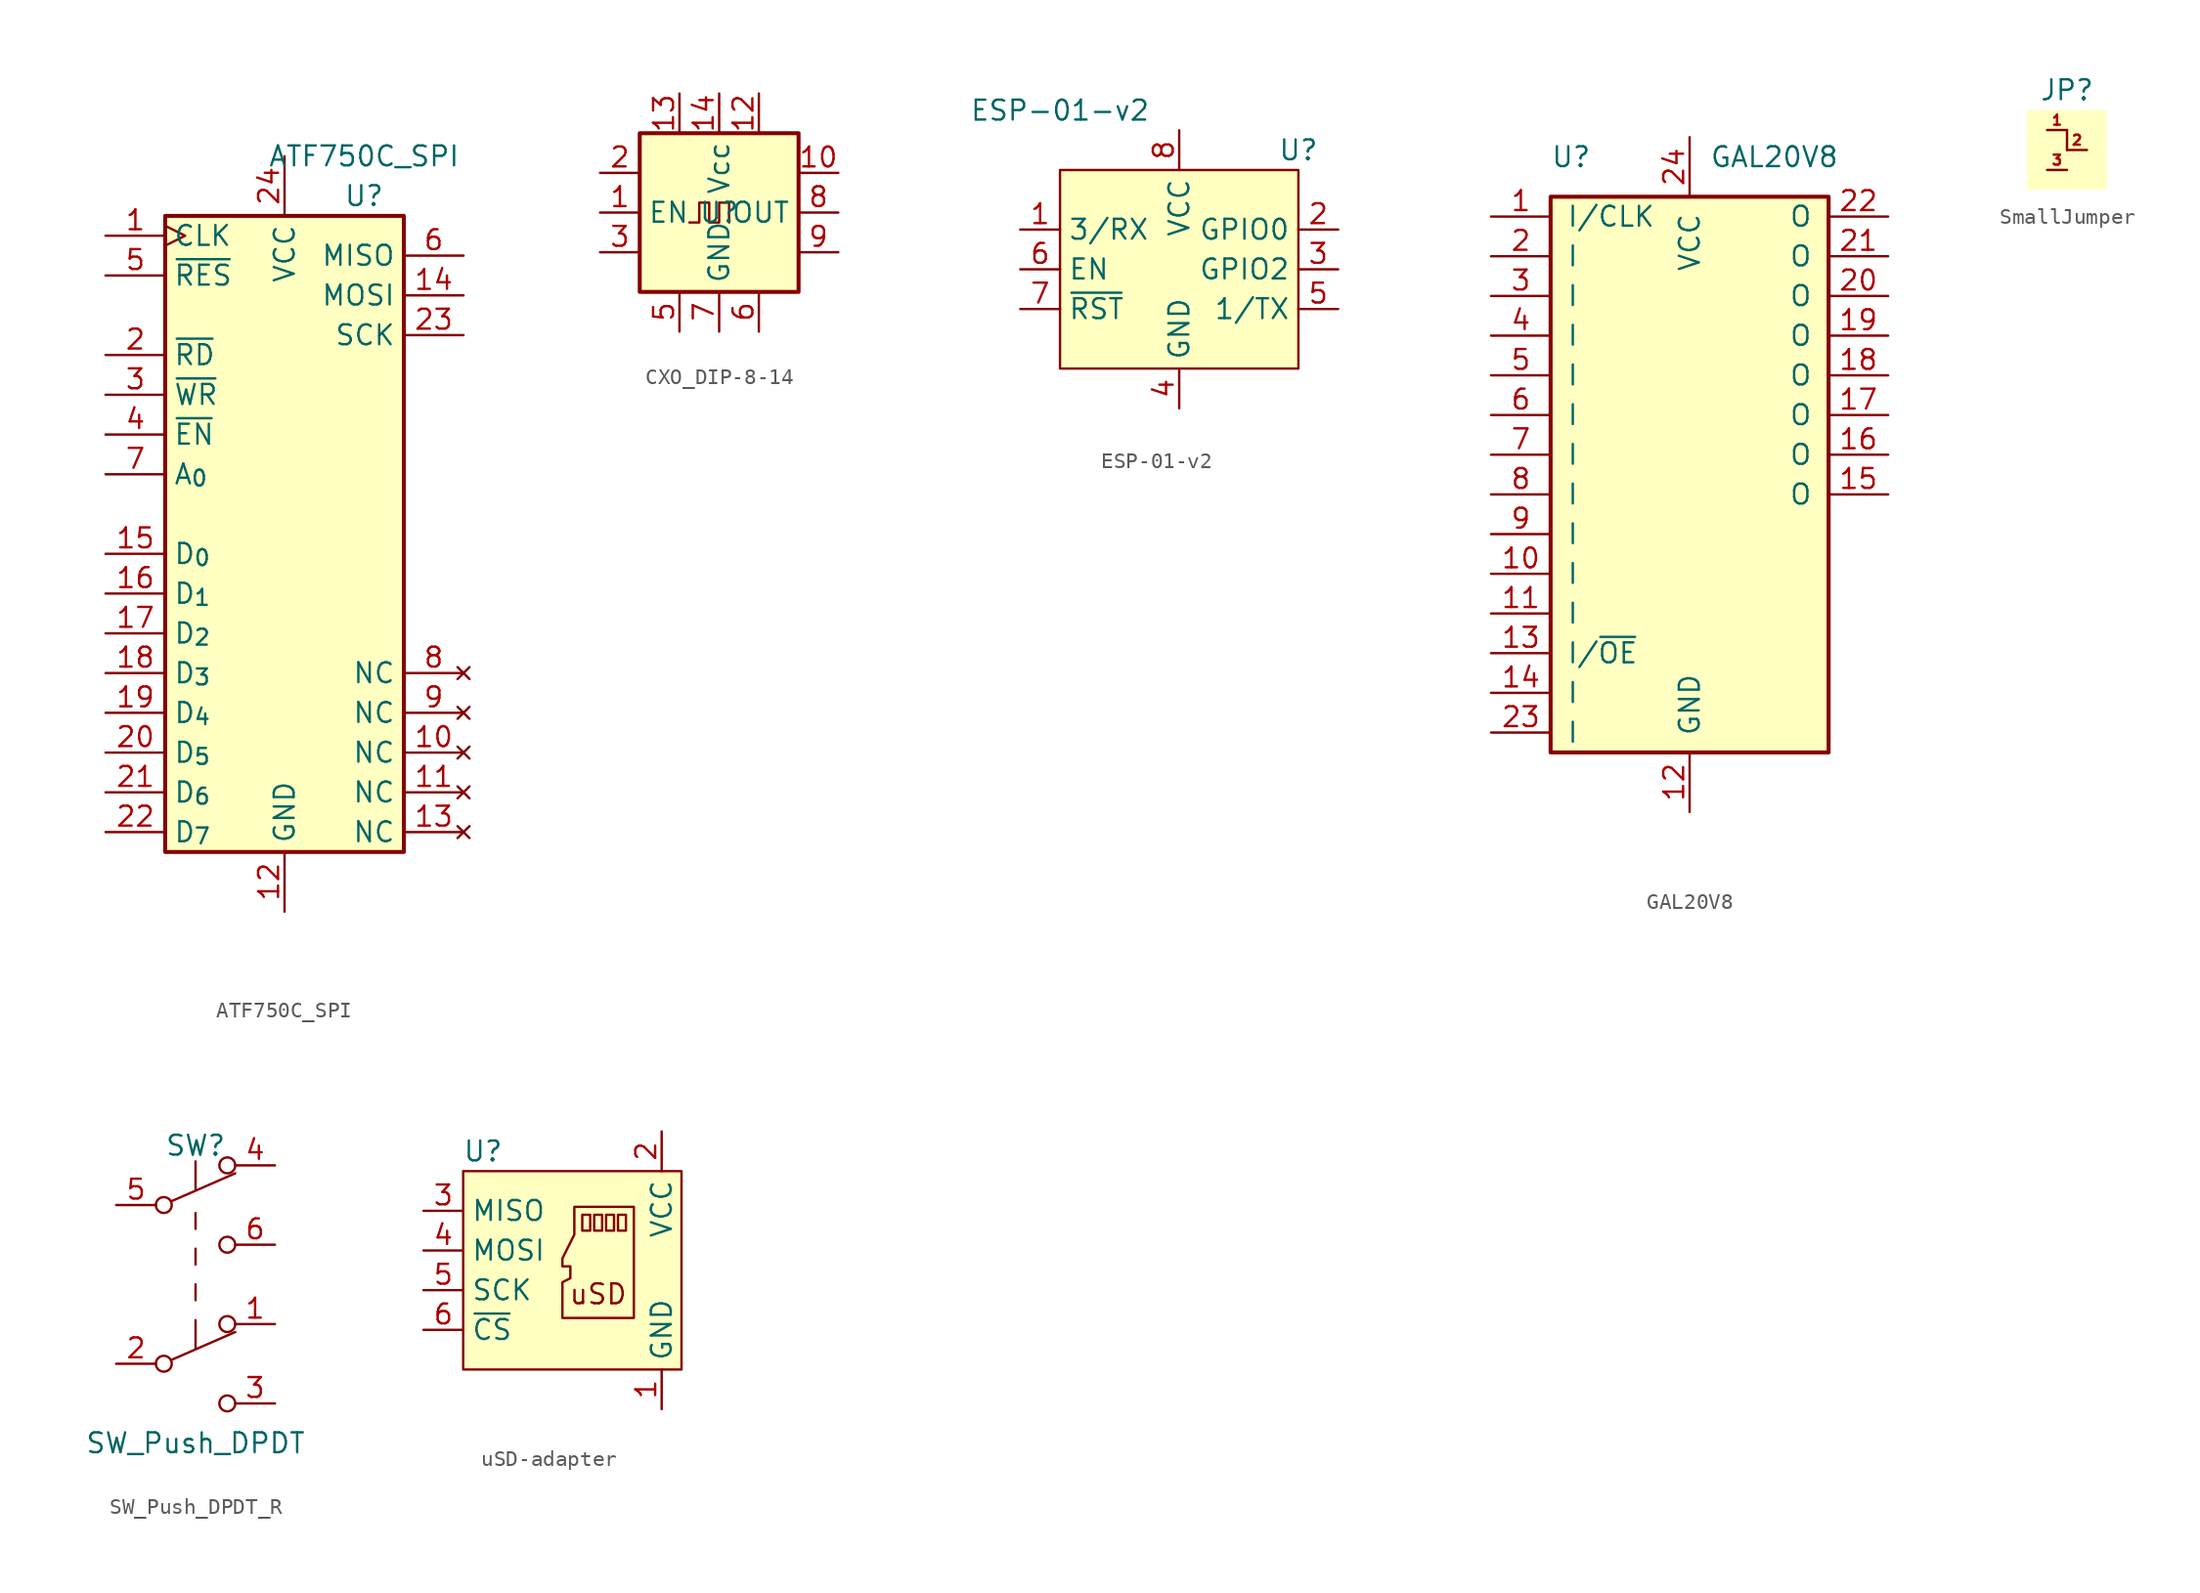
<source format=kicad_sym>
(kicad_symbol_lib
  (version 20220914)
  (generator kicad_symbol_editor)
  (symbol "ATF750C_SPI"
    (property "Reference" "U"
      (at 5.08 12.7 0)
      (effects (font (size 1.27 1.27))))
    (property "Value" "ATF750C_SPI"
      (at 5.08 15.24 0)
      (effects (font (size 1.27 1.27))))
    (symbol "ATF750C_SPI_0_1"
      (rectangle (start -7.62 11.43) (end 7.62 -29.21) (stroke (width 0.254) (type default)) (fill (type background))))
    (symbol "ATF750C_SPI_1_0"
      (pin power_in line (at 0 -33.02 90) (length 3.81) (name "GND" (effects (font (size 1.27 1.27)))) (number "12" (effects (font (size 1.27 1.27)))))
      (pin power_in line (at 0 15.24 270) (length 3.81) (name "VCC" (effects (font (size 1.27 1.27)))) (number "24" (effects (font (size 1.27 1.27))))))
    (symbol "ATF750C_SPI_1_1"
      (pin input clock (at -11.43 10.16 0) (length 3.81) (name "CLK" (effects (font (size 1.27 1.27)))) (number "1" (effects (font (size 1.27 1.27)))))
      (pin no_connect line (at 11.43 -22.86 180) (length 3.81) (name "NC" (effects (font (size 1.27 1.27)))) (number "10" (effects (font (size 1.27 1.27)))))
      (pin no_connect line (at 11.43 -25.4 180) (length 3.81) (name "NC" (effects (font (size 1.27 1.27)))) (number "11" (effects (font (size 1.27 1.27)))))
      (pin no_connect line (at 11.43 -27.94 180) (length 3.81) (name "NC" (effects (font (size 1.27 1.27)))) (number "13" (effects (font (size 1.27 1.27)))))
      (pin bidirectional line (at 11.43 6.35 180) (length 3.81) (name "MOSI" (effects (font (size 1.27 1.27)))) (number "14" (effects (font (size 1.27 1.27)))))
      (pin bidirectional line (at -11.43 -10.16 0) (length 3.81) (name "D_{0}" (effects (font (size 1.27 1.27)))) (number "15" (effects (font (size 1.27 1.27)))))
      (pin bidirectional line (at -11.43 -12.7 0) (length 3.81) (name "D_{1}" (effects (font (size 1.27 1.27)))) (number "16" (effects (font (size 1.27 1.27)))))
      (pin bidirectional line (at -11.43 -15.24 0) (length 3.81) (name "D_{2}" (effects (font (size 1.27 1.27)))) (number "17" (effects (font (size 1.27 1.27)))))
      (pin bidirectional line (at -11.43 -17.78 0) (length 3.81) (name "D_{3}" (effects (font (size 1.27 1.27)))) (number "18" (effects (font (size 1.27 1.27)))))
      (pin bidirectional line (at -11.43 -20.32 0) (length 3.81) (name "D_{4}" (effects (font (size 1.27 1.27)))) (number "19" (effects (font (size 1.27 1.27)))))
      (pin input line (at -11.43 2.54 0) (length 3.81) (name "~{RD}" (effects (font (size 1.27 1.27)))) (number "2" (effects (font (size 1.27 1.27)))))
      (pin bidirectional line (at -11.43 -22.86 0) (length 3.81) (name "D_{5}" (effects (font (size 1.27 1.27)))) (number "20" (effects (font (size 1.27 1.27)))))
      (pin bidirectional line (at -11.43 -25.4 0) (length 3.81) (name "D_{6}" (effects (font (size 1.27 1.27)))) (number "21" (effects (font (size 1.27 1.27)))))
      (pin bidirectional line (at -11.43 -27.94 0) (length 3.81) (name "D_{7}" (effects (font (size 1.27 1.27)))) (number "22" (effects (font (size 1.27 1.27)))))
      (pin bidirectional line (at 11.43 3.81 180) (length 3.81) (name "SCK" (effects (font (size 1.27 1.27)))) (number "23" (effects (font (size 1.27 1.27)))))
      (pin input line (at -11.43 0 0) (length 3.81) (name "~{WR}" (effects (font (size 1.27 1.27)))) (number "3" (effects (font (size 1.27 1.27)))))
      (pin input line (at -11.43 -2.54 0) (length 3.81) (name "~{EN}" (effects (font (size 1.27 1.27)))) (number "4" (effects (font (size 1.27 1.27)))))
      (pin input line (at -11.43 7.62 0) (length 3.81) (name "~{RES}" (effects (font (size 1.27 1.27)))) (number "5" (effects (font (size 1.27 1.27)))))
      (pin input line (at 11.43 8.89 180) (length 3.81) (name "MISO" (effects (font (size 1.27 1.27)))) (number "6" (effects (font (size 1.27 1.27)))))
      (pin input line (at -11.43 -5.08 0) (length 3.81) (name "A_{0}" (effects (font (size 1.27 1.27)))) (number "7" (effects (font (size 1.27 1.27)))))
      (pin no_connect line (at 11.43 -17.78 180) (length 3.81) (name "NC" (effects (font (size 1.27 1.27)))) (number "8" (effects (font (size 1.27 1.27)))))
      (pin no_connect line (at 11.43 -20.32 180) (length 3.81) (name "NC" (effects (font (size 1.27 1.27)))) (number "9" (effects (font (size 1.27 1.27)))))))
  (symbol "CXO_DIP-8-14"
    (property "Reference" "U"
      (at 0 0 0)
      (effects (font (size 1.27 1.27))))
    (property "Value" ""
      (at 0 0 0)
      (effects (font (size 1.27 1.27))))
    (symbol "CXO_DIP-8-14_0_1"
      (rectangle (start -5.08 5.08) (end 5.08 -5.08) (stroke (width 0.254) (type default)) (fill (type background)))
      (polyline (pts (xy -1.905 -0.635) (xy -1.27 -0.635) (xy -1.27 0.635) (xy -0.635 0.635) (xy -0.635 -0.635) (xy 0 -0.635) (xy 0 0.635) (xy 0.635 0.635) (xy 0.635 -0.635)) (stroke (width 0) (type default)) (fill (type none))))
    (symbol "CXO_DIP-8-14_1_1"
      (pin input line (at -7.62 0 0) (length 2.54) (name "EN" (effects (font (size 1.27 1.27)))) (number "1" (effects (font (size 1.27 1.27)))))
      (pin passive line (at 7.62 2.54 180) (length 2.54) (name "" (effects (font (size 1.27 1.27)))) (number "10" (effects (font (size 1.27 1.27)))))
      (pin passive line (at 2.54 7.62 270) (length 2.54) (name "" (effects (font (size 1.27 1.27)))) (number "12" (effects (font (size 1.27 1.27)))))
      (pin passive line (at -2.54 7.62 270) (length 2.54) (name "" (effects (font (size 1.27 1.27)))) (number "13" (effects (font (size 1.27 1.27)))))
      (pin power_in line (at 0 7.62 270) (length 2.54) (name "Vcc" (effects (font (size 1.27 1.27)))) (number "14" (effects (font (size 1.27 1.27)))))
      (pin passive line (at -7.62 2.54 0) (length 2.54) (name "" (effects (font (size 1.27 1.27)))) (number "2" (effects (font (size 1.27 1.27)))))
      (pin passive line (at -7.62 -2.54 0) (length 2.54) (name "" (effects (font (size 1.27 1.27)))) (number "3" (effects (font (size 1.27 1.27)))))
      (pin passive line (at -2.54 -7.62 90) (length 2.54) (name "" (effects (font (size 1.27 1.27)))) (number "5" (effects (font (size 1.27 1.27)))))
      (pin passive line (at 2.54 -7.62 90) (length 2.54) (name "" (effects (font (size 1.27 1.27)))) (number "6" (effects (font (size 1.27 1.27)))))
      (pin power_in line (at 0 -7.62 90) (length 2.54) (name "GND" (effects (font (size 1.27 1.27)))) (number "7" (effects (font (size 1.27 1.27)))))
      (pin output line (at 7.62 0 180) (length 2.54) (name "OUT" (effects (font (size 1.27 1.27)))) (number "8" (effects (font (size 1.27 1.27)))))
      (pin passive line (at 7.62 -2.54 180) (length 2.54) (name "" (effects (font (size 1.27 1.27)))) (number "9" (effects (font (size 1.27 1.27)))))))
  (symbol "ESP-01-v2"
    (property "Reference" "U"
      (at 7.62 7.62 0)
      (effects (font (size 1.27 1.27))))
    (property "Value" "ESP-01-v2"
      (at -7.62 10.16 0)
      (effects (font (size 1.27 1.27))))
    (symbol "ESP-01-v2_1_1"
      (rectangle (start -7.62 6.35) (end 7.62 -6.35) (stroke (width 0) (type default)) (fill (type background)))
      (pin input line (at -10.16 2.54 0) (length 2.54) (name "3/RX" (effects (font (size 1.27 1.27)))) (number "1" (effects (font (size 1.27 1.27)))))
      (pin bidirectional line (at 10.16 2.54 180) (length 2.54) (name "GPIO0" (effects (font (size 1.27 1.27)))) (number "2" (effects (font (size 1.27 1.27)))))
      (pin bidirectional line (at 10.16 0 180) (length 2.54) (name "GPIO2" (effects (font (size 1.27 1.27)))) (number "3" (effects (font (size 1.27 1.27)))))
      (pin power_in line (at 0 -8.89 90) (length 2.54) (name "GND" (effects (font (size 1.27 1.27)))) (number "4" (effects (font (size 1.27 1.27)))))
      (pin output line (at 10.16 -2.54 180) (length 2.54) (name "1/TX" (effects (font (size 1.27 1.27)))) (number "5" (effects (font (size 1.27 1.27)))))
      (pin input line (at -10.16 0 0) (length 2.54) (name "EN" (effects (font (size 1.27 1.27)))) (number "6" (effects (font (size 1.27 1.27)))))
      (pin input line (at -10.16 -2.54 0) (length 2.54) (name "~{RST}" (effects (font (size 1.27 1.27)))) (number "7" (effects (font (size 1.27 1.27)))))
      (pin power_in line (at 0 8.89 270) (length 2.54) (name "VCC" (effects (font (size 1.27 1.27)))) (number "8" (effects (font (size 1.27 1.27)))))))
  (symbol "GAL20V8"
    (pin_names
      (offset 1.016))
    (property "Reference" "U"
      (at -8.89 16.51 0)
      (effects (font (size 1.27 1.27)) (justify left)))
    (property "Value" "GAL20V8"
      (at 1.27 16.51 0)
      (effects (font (size 1.27 1.27)) (justify left)))
    (symbol "GAL20V8_0_1"
      (rectangle (start -8.89 13.97) (end 8.89 -21.59) (stroke (width 0.254) (type default)) (fill (type background))))
    (symbol "GAL20V8_1_0"
      (pin power_in line (at 0 -25.4 90) (length 3.81) (name "GND" (effects (font (size 1.27 1.27)))) (number "12" (effects (font (size 1.27 1.27)))))
      (pin power_in line (at 0 17.78 270) (length 3.81) (name "VCC" (effects (font (size 1.27 1.27)))) (number "24" (effects (font (size 1.27 1.27))))))
    (symbol "GAL20V8_1_1"
      (pin input line (at -12.7 12.7 0) (length 3.81) (name "I/CLK" (effects (font (size 1.27 1.27)))) (number "1" (effects (font (size 1.27 1.27)))))
      (pin input line (at -12.7 -10.16 0) (length 3.81) (name "I" (effects (font (size 1.27 1.27)))) (number "10" (effects (font (size 1.27 1.27)))))
      (pin input line (at -12.7 -12.7 0) (length 3.81) (name "I" (effects (font (size 1.27 1.27)))) (number "11" (effects (font (size 1.27 1.27)))))
      (pin input line (at -12.7 -15.24 0) (length 3.81) (name "I/~{OE}" (effects (font (size 1.27 1.27)))) (number "13" (effects (font (size 1.27 1.27)))))
      (pin input line (at -12.7 -17.78 0) (length 3.81) (name "I" (effects (font (size 1.27 1.27)))) (number "14" (effects (font (size 1.27 1.27)))))
      (pin tri_state line (at 12.7 -5.08 180) (length 3.81) (name "O" (effects (font (size 1.27 1.27)))) (number "15" (effects (font (size 1.27 1.27)))))
      (pin tri_state line (at 12.7 -2.54 180) (length 3.81) (name "O" (effects (font (size 1.27 1.27)))) (number "16" (effects (font (size 1.27 1.27)))))
      (pin tri_state line (at 12.7 0 180) (length 3.81) (name "O" (effects (font (size 1.27 1.27)))) (number "17" (effects (font (size 1.27 1.27)))))
      (pin tri_state line (at 12.7 2.54 180) (length 3.81) (name "O" (effects (font (size 1.27 1.27)))) (number "18" (effects (font (size 1.27 1.27)))))
      (pin tri_state line (at 12.7 5.08 180) (length 3.81) (name "O" (effects (font (size 1.27 1.27)))) (number "19" (effects (font (size 1.27 1.27)))))
      (pin input line (at -12.7 10.16 0) (length 3.81) (name "I" (effects (font (size 1.27 1.27)))) (number "2" (effects (font (size 1.27 1.27)))))
      (pin tri_state line (at 12.7 7.62 180) (length 3.81) (name "O" (effects (font (size 1.27 1.27)))) (number "20" (effects (font (size 1.27 1.27)))))
      (pin tri_state line (at 12.7 10.16 180) (length 3.81) (name "O" (effects (font (size 1.27 1.27)))) (number "21" (effects (font (size 1.27 1.27)))))
      (pin tri_state line (at 12.7 12.7 180) (length 3.81) (name "O" (effects (font (size 1.27 1.27)))) (number "22" (effects (font (size 1.27 1.27)))))
      (pin input line (at -12.7 -20.32 0) (length 3.81) (name "I" (effects (font (size 1.27 1.27)))) (number "23" (effects (font (size 1.27 1.27)))))
      (pin input line (at -12.7 7.62 0) (length 3.81) (name "I" (effects (font (size 1.27 1.27)))) (number "3" (effects (font (size 1.27 1.27)))))
      (pin input line (at -12.7 5.08 0) (length 3.81) (name "I" (effects (font (size 1.27 1.27)))) (number "4" (effects (font (size 1.27 1.27)))))
      (pin input line (at -12.7 2.54 0) (length 3.81) (name "I" (effects (font (size 1.27 1.27)))) (number "5" (effects (font (size 1.27 1.27)))))
      (pin input line (at -12.7 0 0) (length 3.81) (name "I" (effects (font (size 1.27 1.27)))) (number "6" (effects (font (size 1.27 1.27)))))
      (pin input line (at -12.7 -2.54 0) (length 3.81) (name "I" (effects (font (size 1.27 1.27)))) (number "7" (effects (font (size 1.27 1.27)))))
      (pin input line (at -12.7 -5.08 0) (length 3.81) (name "I" (effects (font (size 1.27 1.27)))) (number "8" (effects (font (size 1.27 1.27)))))
      (pin input line (at -12.7 -7.62 0) (length 3.81) (name "I" (effects (font (size 1.27 1.27)))) (number "9" (effects (font (size 1.27 1.27)))))))
  (symbol "SmallJumper"
    (property "Reference" "JP"
      (at 0 3.81 0)
      (effects (font (size 1.27 1.27))))
    (property "Value" ""
      (at 0 -1.27 0)
      (effects (font (size 1.27 1.27))))
    (symbol "SmallJumper_0_1"
      (polyline (pts (xy 0 1.27) (xy 0 0)) (stroke (width 0) (type default)) (fill (type none))))
    (symbol "SmallJumper_1_1"
      (rectangle (start -2.54 2.54) (end 2.54 -2.54) (stroke (width -0.0001) (type dash)) (fill (type background)))
      (pin bidirectional line (at -1.27 1.27 0) (length 1.27) (name "" (effects (font (size 0.635 0.635)))) (number "1" (effects (font (size 0.635 0.635)))))
      (pin bidirectional line (at 1.27 0 180) (length 1.27) (name "" (effects (font (size 0.635 0.635)))) (number "2" (effects (font (size 0.635 0.635)))))
      (pin bidirectional line (at -1.27 -1.27 0) (length 1.27) (name "" (effects (font (size 0.635 0.635)))) (number "3" (effects (font (size 0.635 0.635)))))))
  (symbol "SW_Push_DPDT_R"
    (pin_names
      (offset 0) hide)
    (property "Reference" "SW"
      (at 0 8.89 0)
      (effects (font (size 1.27 1.27))))
    (property "Value" "SW_Push_DPDT"
      (at 0 -10.16 0)
      (effects (font (size 1.27 1.27))))
    (symbol "SW_Push_DPDT_R_0_0"
      (circle (center -2.032 -5.08) (radius 0.508) (stroke (width 0) (type default)) (fill (type none)))
      (circle (center -2.032 5.08) (radius 0.508) (stroke (width 0) (type default)) (fill (type none)))
      (circle (center 2.032 -7.62) (radius 0.508) (stroke (width 0) (type default)) (fill (type none)))
      (circle (center 2.032 2.54) (radius 0.508) (stroke (width 0) (type default)) (fill (type none))))
    (symbol "SW_Push_DPDT_R_0_1"
      (polyline (pts (xy -1.524 -4.826) (xy 2.54 -3.048)) (stroke (width 0) (type default)) (fill (type none)))
      (polyline (pts (xy -1.524 5.334) (xy 2.54 7.112)) (stroke (width 0) (type default)) (fill (type none)))
      (polyline (pts (xy 0 -2.286) (xy 0 -4.064)) (stroke (width 0) (type default)) (fill (type none)))
      (polyline (pts (xy 0 -1.016) (xy 0 0)) (stroke (width 0) (type default)) (fill (type none)))
      (polyline (pts (xy 0 1.27) (xy 0 2.286)) (stroke (width 0) (type default)) (fill (type none)))
      (polyline (pts (xy 0 3.556) (xy 0 4.572)) (stroke (width 0) (type default)) (fill (type none)))
      (polyline (pts (xy 0 7.874) (xy 0 6.096)) (stroke (width 0) (type default)) (fill (type none)))
      (circle (center 2.032 -2.54) (radius 0.508) (stroke (width 0) (type default)) (fill (type none)))
      (circle (center 2.032 7.62) (radius 0.508) (stroke (width 0) (type default)) (fill (type none))))
    (symbol "SW_Push_DPDT_R_1_1"
      (pin passive line (at 5.08 -2.54 180) (length 2.54) (name "A" (effects (font (size 1.27 1.27)))) (number "1" (effects (font (size 1.27 1.27)))))
      (pin passive line (at -5.08 -5.08 0) (length 2.54) (name "B" (effects (font (size 1.27 1.27)))) (number "2" (effects (font (size 1.27 1.27)))))
      (pin passive line (at 5.08 -7.62 180) (length 2.54) (name "C" (effects (font (size 1.27 1.27)))) (number "3" (effects (font (size 1.27 1.27)))))
      (pin passive line (at 5.08 7.62 180) (length 2.54) (name "A" (effects (font (size 1.27 1.27)))) (number "4" (effects (font (size 1.27 1.27)))))
      (pin passive line (at -5.08 5.08 0) (length 2.54) (name "B" (effects (font (size 1.27 1.27)))) (number "5" (effects (font (size 1.27 1.27)))))
      (pin passive line (at 5.08 2.54 180) (length 2.54) (name "C" (effects (font (size 1.27 1.27)))) (number "6" (effects (font (size 1.27 1.27)))))))
  (symbol "uSD-adapter"
    (property "Reference" "U"
      (at -3.81 7.62 0)
      (effects (font (size 1.27 1.27))))
    (property "Value" ""
      (at -2.54 6.35 0)
      (effects (font (size 1.27 1.27))))
    (symbol "uSD-adapter_0_1"
      (polyline (pts (xy 2.54 3.556) (xy 2.54 2.54) (xy 3.048 2.54) (xy 3.048 3.556) (xy 2.54 3.556)) (stroke (width 0) (type default)) (fill (type none)))
      (polyline (pts (xy 3.302 3.556) (xy 3.302 2.54) (xy 3.81 2.54) (xy 3.81 3.556) (xy 3.302 3.556)) (stroke (width 0) (type default)) (fill (type none)))
      (polyline (pts (xy 4.064 3.556) (xy 4.064 2.54) (xy 4.572 2.54) (xy 4.572 3.556) (xy 4.064 3.556)) (stroke (width 0) (type default)) (fill (type none)))
      (polyline (pts (xy 4.826 3.556) (xy 4.826 2.54) (xy 5.334 2.54) (xy 5.334 3.556) (xy 4.826 3.556)) (stroke (width 0) (type default)) (fill (type none)))
      (polyline (pts (xy 3.048 4.064) (xy 5.842 4.064) (xy 5.842 -3.048) (xy 1.27 -3.048) (xy 1.27 -0.762) (xy 1.778 -0.508) (xy 1.778 0.254) (xy 1.27 0.254) (xy 1.27 0.762) (xy 2.032 2.286) (xy 2.032 4.064) (xy 3.048 4.064)) (stroke (width 0) (type default)) (fill (type none))))
    (symbol "uSD-adapter_1_1"
      (rectangle (start -5.08 6.35) (end 8.89 -6.35) (stroke (width 0) (type default)) (fill (type background)))
      (text "uSD" (at 3.556 -1.524 0) (effects (font (size 1.27 1.27))))
      (pin power_in line (at 7.62 -8.89 90) (length 2.54) (name "GND" (effects (font (size 1.27 1.27)))) (number "1" (effects (font (size 1.27 1.27)))))
      (pin power_in line (at 7.62 8.89 270) (length 2.54) (name "VCC" (effects (font (size 1.27 1.27)))) (number "2" (effects (font (size 1.27 1.27)))))
      (pin output line (at -7.62 3.81 0) (length 2.54) (name "MISO" (effects (font (size 1.27 1.27)))) (number "3" (effects (font (size 1.27 1.27)))))
      (pin input line (at -7.62 1.27 0) (length 2.54) (name "MOSI" (effects (font (size 1.27 1.27)))) (number "4" (effects (font (size 1.27 1.27)))))
      (pin input line (at -7.62 -1.27 0) (length 2.54) (name "SCK" (effects (font (size 1.27 1.27)))) (number "5" (effects (font (size 1.27 1.27)))))
      (pin input line (at -7.62 -3.81 0) (length 2.54) (name "~{CS}" (effects (font (size 1.27 1.27)))) (number "6" (effects (font (size 1.27 1.27))))))))
</source>
